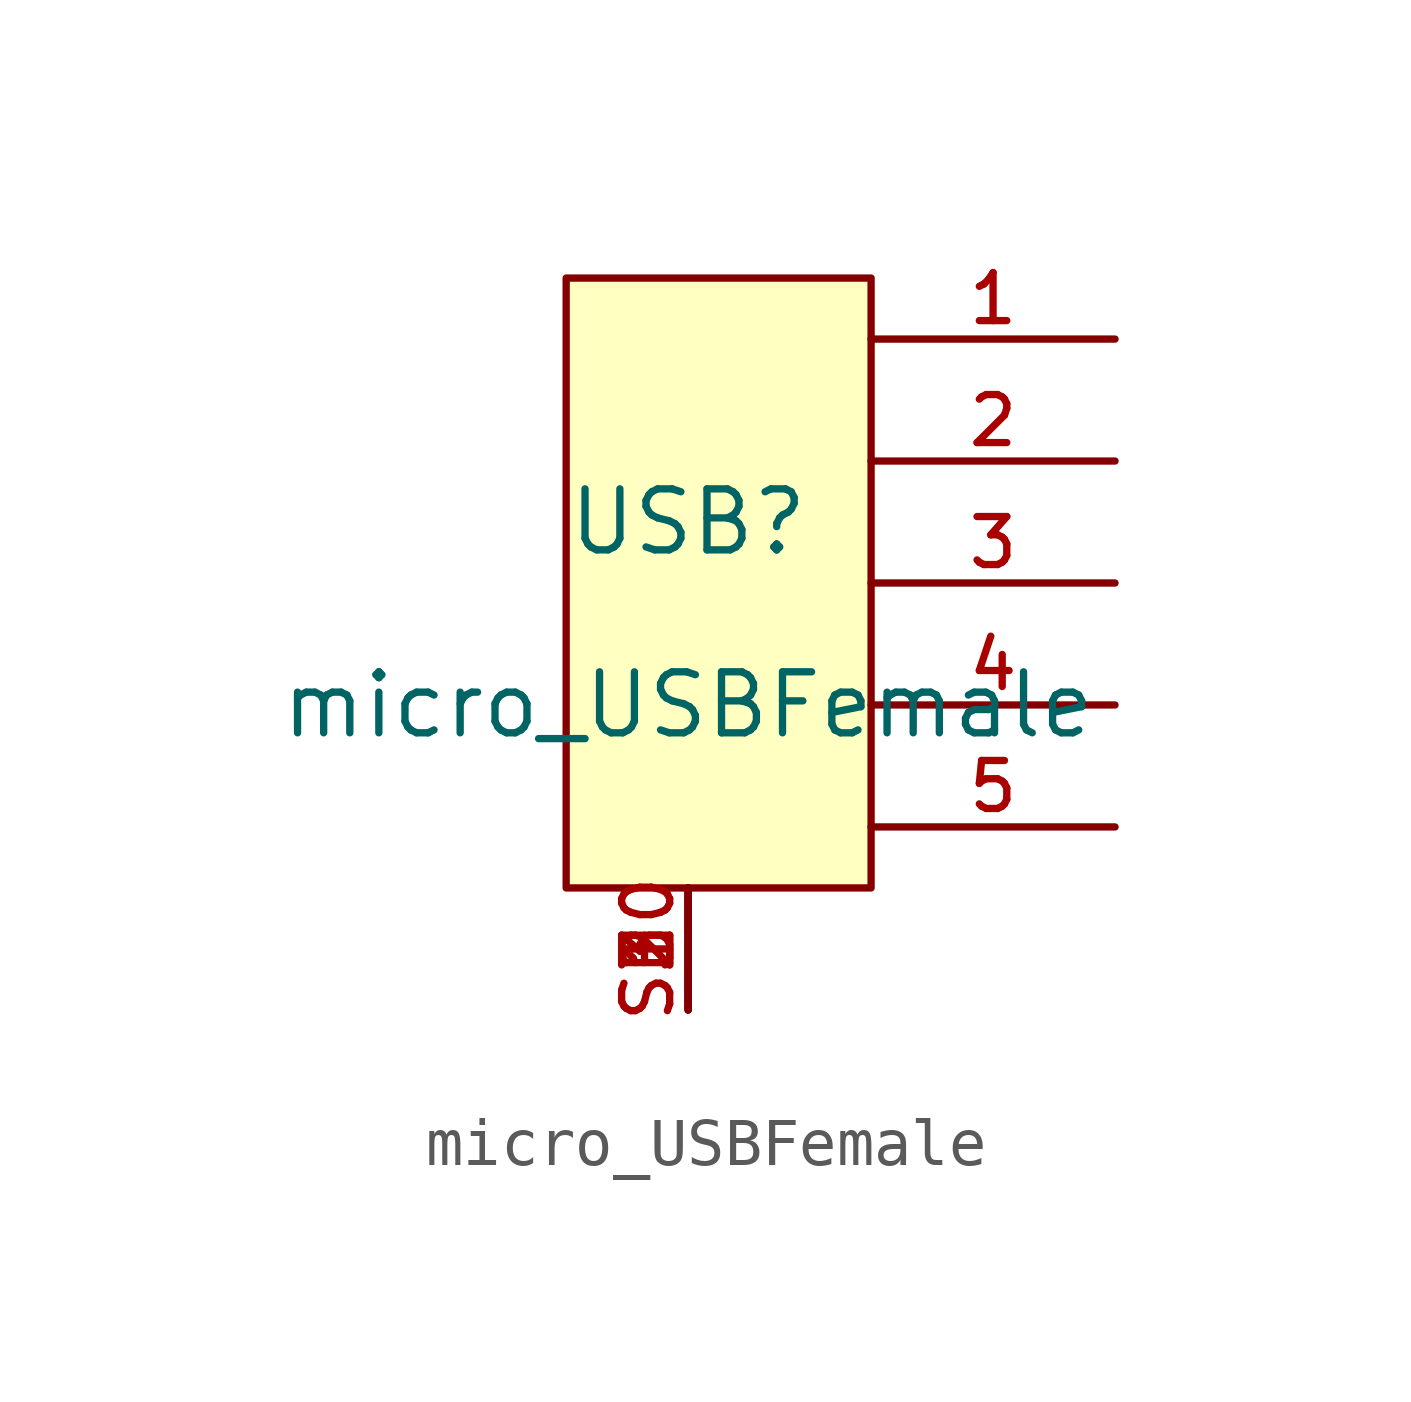
<source format=kicad_sym>
(kicad_symbol_lib
  (version 20210201)
  (generator TousstNicolas/JLC2KiCad_lib)
  (symbol "micro_USBFemale"
    (pin_names hide)
    (property "Reference" "USB"
      (at 0 1.27 0)
      (effects (font (size 1.27 1.27))))
    (property "Value" "micro_USBFemale"
      (at 0 -2.54 0)
      (effects (font (size 1.27 1.27))))
    (symbol "micro_USBFemale_0_1"
      (rectangle (start -2.54 6.35) (end 3.81 -6.35) (stroke (width 0) (type default) (color 0 0 0 0)) (fill (type background)))
      (pin input line (at 0.0 -8.89 90) (length 2.54) (name "MTN" (effects (font (size 1 1)))) (number "SH0" (effects (font (size 1 1)))))
      (pin unspecified line (at 8.89 5.08 180) (length 5.08) (name "V+" (effects (font (size 1 1)))) (number "1" (effects (font (size 1 1)))))
      (pin unspecified line (at 8.89 2.54 180) (length 5.08) (name "D-" (effects (font (size 1 1)))) (number "2" (effects (font (size 1 1)))))
      (pin unspecified line (at 8.89 -0.0 180) (length 5.08) (name "D+" (effects (font (size 1 1)))) (number "3" (effects (font (size 1 1)))))
      (pin unspecified line (at 8.89 -2.54 180) (length 5.08) (name "ID" (effects (font (size 1 1)))) (number "4" (effects (font (size 1 1)))))
      (pin unspecified line (at 8.89 -5.08 180) (length 5.08) (name "V-" (effects (font (size 1 1)))) (number "5" (effects (font (size 1 1)))))
      (pin unspecified line (at 0.0 -8.89 90) (length 2.54) (name "1" (effects (font (size 1 1)))) (number "1" (effects (font (size 1 1)))))
      (pin unspecified line (at 0.0 -8.89 90) (length 2.54) (name "2" (effects (font (size 1 1)))) (number "2" (effects (font (size 1 1)))))
      (pin unspecified line (at 0.0 -8.89 90) (length 2.54) (name "3" (effects (font (size 1 1)))) (number "3" (effects (font (size 1 1))))))))
</source>
